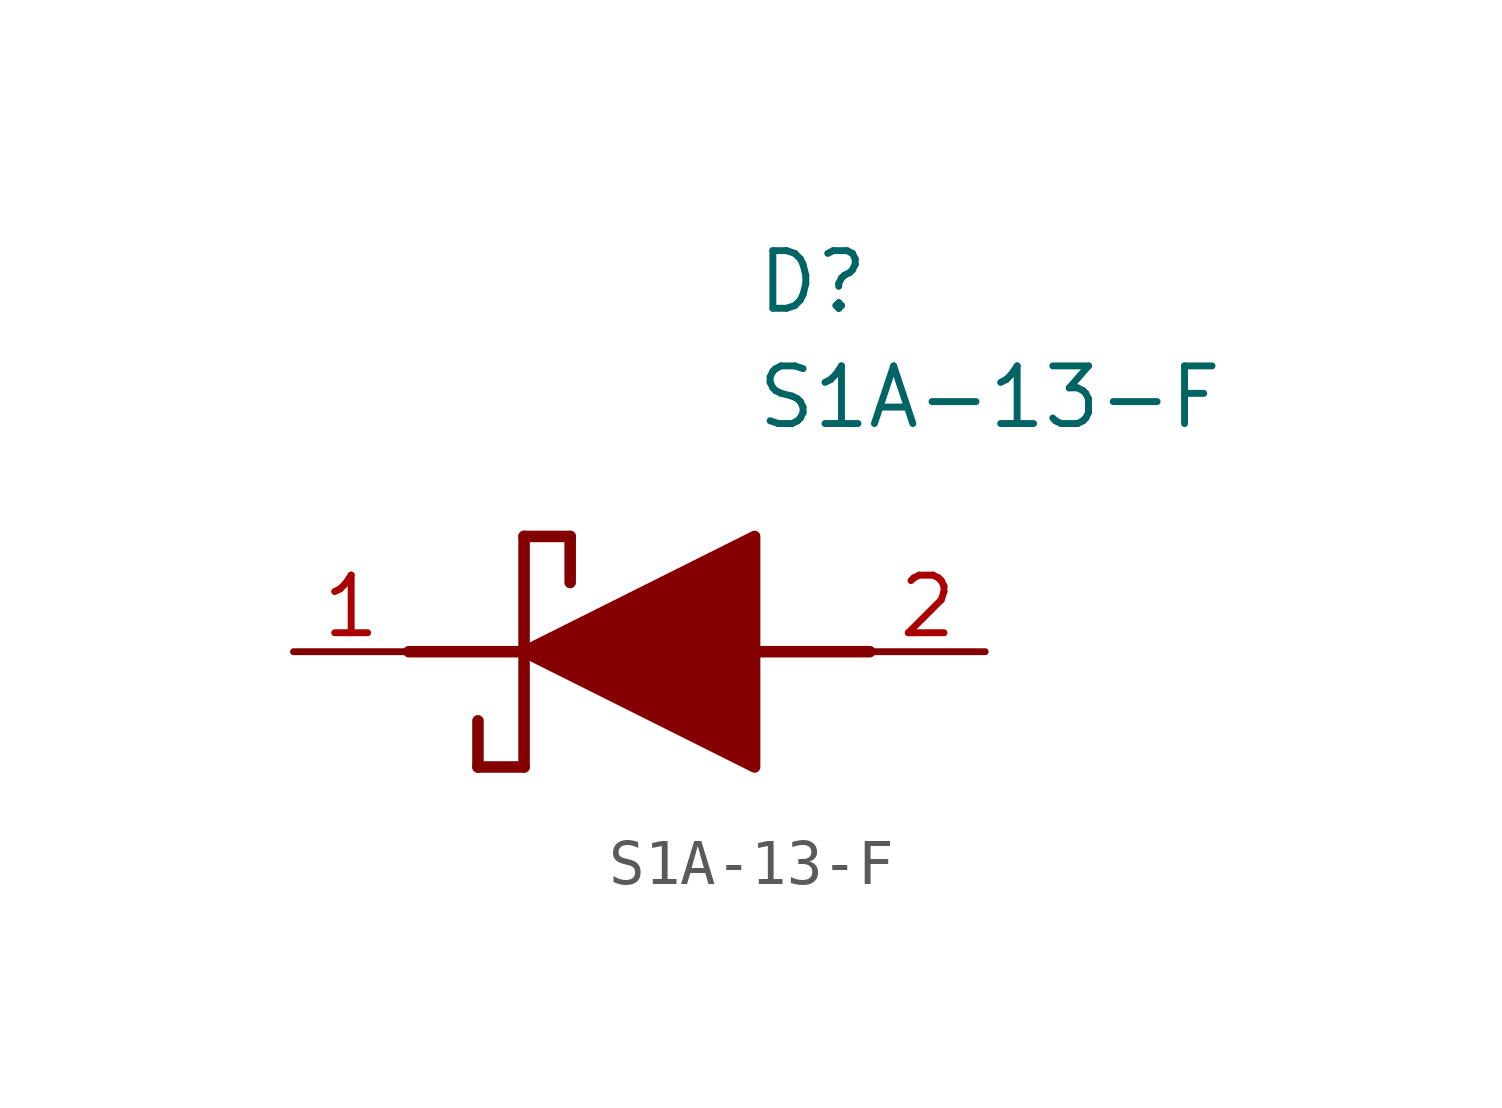
<source format=kicad_sym>
(kicad_symbol_lib
  (version 20211014)
  (generator SamacSys_ECAD_Model)
  (symbol "S1A-13-F"
    (pin_names hide)
    (property "Reference" "D"
      (at 12.7 8.89 0)
      (effects (font (size 1.27 1.27)) (justify left top)))
    (property "Value" "S1A-13-F"
      (at 12.7 6.35 0)
      (effects (font (size 1.27 1.27)) (justify left top)))
    (polyline
      (pts (xy 7.62 2.54) (xy 7.62 -2.54))
      (stroke (width 0.254) (type default))
      (fill (type none)))
    (polyline
      (pts (xy 7.62 2.54) (xy 8.636 2.54))
      (stroke (width 0.254) (type default))
      (fill (type none)))
    (polyline
      (pts (xy 8.636 1.524) (xy 8.636 2.54))
      (stroke (width 0.254) (type default))
      (fill (type none)))
    (polyline
      (pts (xy 7.62 -2.54) (xy 6.604 -2.54))
      (stroke (width 0.254) (type default))
      (fill (type none)))
    (polyline
      (pts (xy 6.604 -1.524) (xy 6.604 -2.54))
      (stroke (width 0.254) (type default))
      (fill (type none)))
    (polyline
      (pts (xy 5.08 0) (xy 7.62 0))
      (stroke (width 0.254) (type default))
      (fill (type none)))
    (polyline
      (pts (xy 12.7 0) (xy 15.24 0))
      (stroke (width 0.254) (type default))
      (fill (type none)))
    (polyline
      (pts (xy 7.62 0) (xy 12.7 2.54) (xy 12.7 -2.54) (xy 7.62 0))
      (stroke (width 0.254) (type default))
      (fill (type outline)))
    (pin passive line
      (at 2.54 0 0)
      (length 2.54)
      (name "K" (effects (font (size 1.27 1.27))))
      (number "1" (effects (font (size 1.27 1.27)))))
    (pin passive line
      (at 17.78 0 180)
      (length 2.54)
      (name "A" (effects (font (size 1.27 1.27))))
      (number "2" (effects (font (size 1.27 1.27)))))))
</source>
